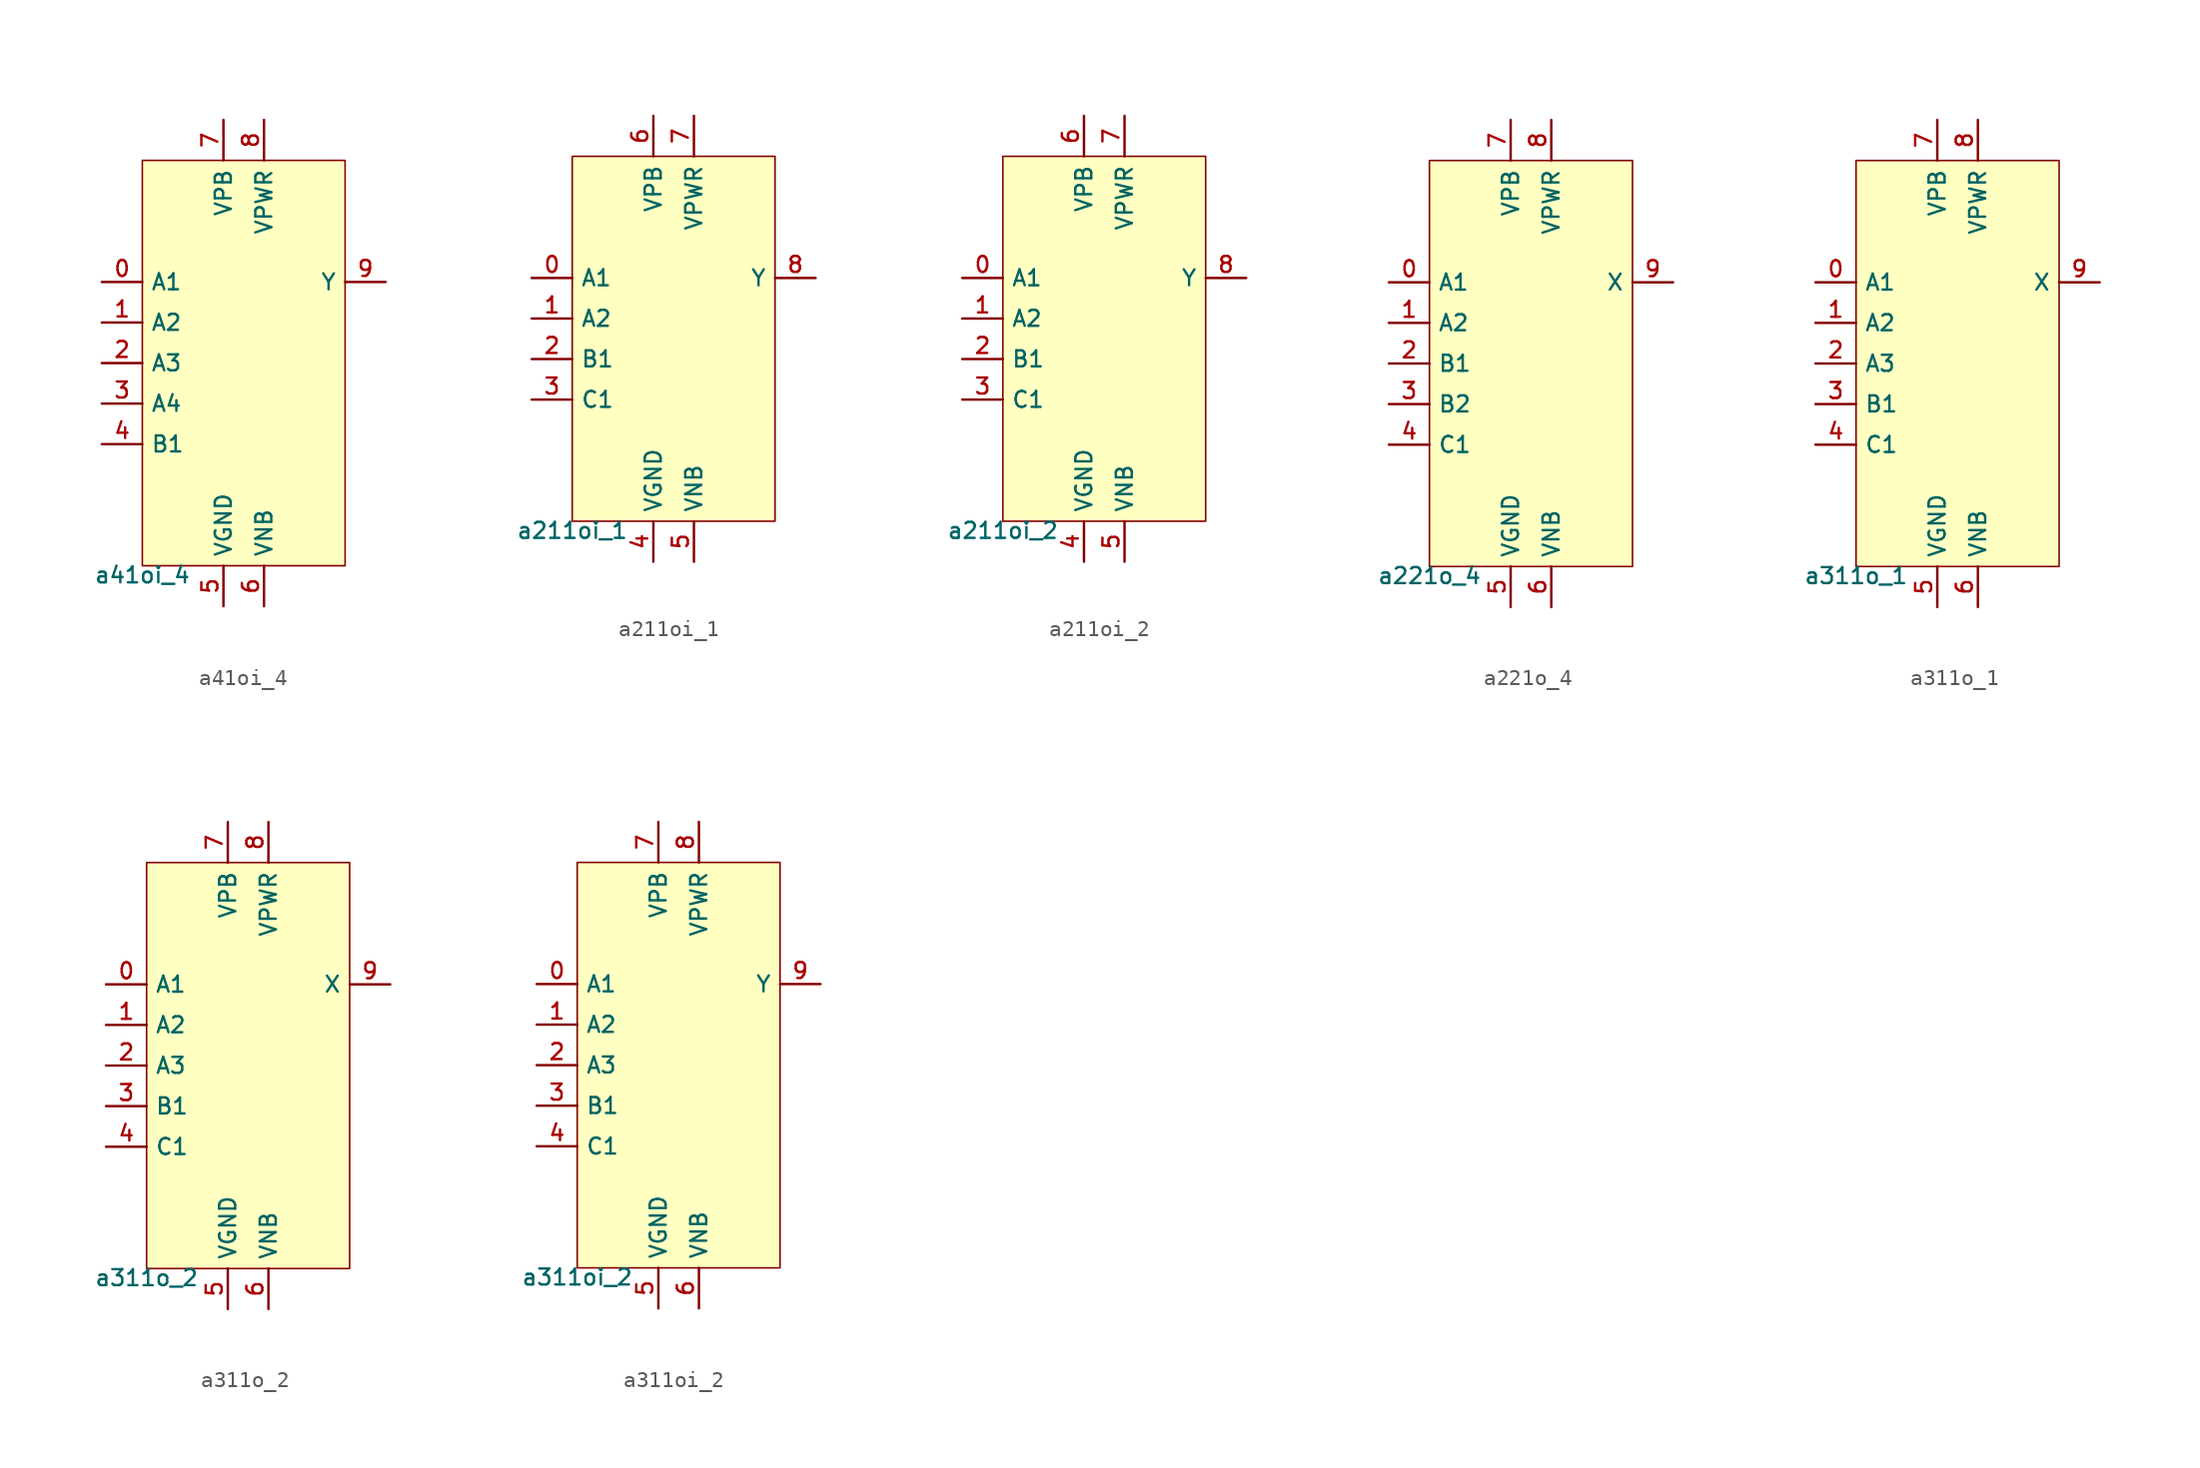
<source format=kicad_sym>
(kicad_symbol_lib
  (version 20211014)
  (generator lef2kicad_sym)
  (symbol "a41oi_4"
    (property "Reference" "CELL"
      (at 0 0 0)
      (effects (font (size 1 1)) hide))
    (property "Value" "a41oi_4"
      (at -6.35 -12.7 0)
      (effects (font (size 1 1)) (justify top)))
    (rectangle
      (start -6.35 -12.7)
      (end 6.35 12.7)
      (stroke (width 0.1) (type solid) (color 0 0 0 0))
      (fill (type background)))
    (pin input line
      (at -8.89 5.08 0)
      (length 2.54)
      (name "A1" (effects (font (size 1 1)) hide))
      (number "0" (effects (font (size 1 1)) hide)))
    (pin input line
      (at -8.89 2.54 0)
      (length 2.54)
      (name "A2" (effects (font (size 1 1)) hide))
      (number "1" (effects (font (size 1 1)) hide)))
    (pin input line
      (at -8.89 -8.881784197001252e-16 0)
      (length 2.54)
      (name "A3" (effects (font (size 1 1)) hide))
      (number "2" (effects (font (size 1 1)) hide)))
    (pin input line
      (at -8.89 -2.54 0)
      (length 2.54)
      (name "A4" (effects (font (size 1 1)) hide))
      (number "3" (effects (font (size 1 1)) hide)))
    (pin input line
      (at -8.89 -5.08 0)
      (length 2.54)
      (name "B1" (effects (font (size 1 1)) hide))
      (number "4" (effects (font (size 1 1)) hide)))
    (pin power_in line
      (at -1.27 -15.24 90)
      (length 2.54)
      (name "VGND" (effects (font (size 1 1)) hide))
      (number "5" (effects (font (size 1 1)) hide)))
    (pin power_in line
      (at 1.27 -15.24 90)
      (length 2.54)
      (name "VNB" (effects (font (size 1 1)) hide))
      (number "6" (effects (font (size 1 1)) hide)))
    (pin power_in line
      (at -1.27 15.24 270)
      (length 2.54)
      (name "VPB" (effects (font (size 1 1)) hide))
      (number "7" (effects (font (size 1 1)) hide)))
    (pin power_in line
      (at 1.27 15.24 270)
      (length 2.54)
      (name "VPWR" (effects (font (size 1 1)) hide))
      (number "8" (effects (font (size 1 1)) hide)))
    (pin output line
      (at 8.89 5.08 180)
      (length 2.54)
      (name "Y" (effects (font (size 1 1)) hide))
      (number "9" (effects (font (size 1 1)) hide))))
  (symbol "a211oi_1"
    (property "Reference" "CELL"
      (at 0 0 0)
      (effects (font (size 1 1)) hide))
    (property "Value" "a211oi_1"
      (at -6.35 -11.43 0)
      (effects (font (size 1 1)) (justify top)))
    (rectangle
      (start -6.35 -11.43)
      (end 6.35 11.43)
      (stroke (width 0.1) (type solid) (color 0 0 0 0))
      (fill (type background)))
    (pin input line
      (at -8.89 3.81 0)
      (length 2.54)
      (name "A1" (effects (font (size 1 1)) hide))
      (number "0" (effects (font (size 1 1)) hide)))
    (pin input line
      (at -8.89 1.27 0)
      (length 2.54)
      (name "A2" (effects (font (size 1 1)) hide))
      (number "1" (effects (font (size 1 1)) hide)))
    (pin input line
      (at -8.89 -1.27 0)
      (length 2.54)
      (name "B1" (effects (font (size 1 1)) hide))
      (number "2" (effects (font (size 1 1)) hide)))
    (pin input line
      (at -8.89 -3.81 0)
      (length 2.54)
      (name "C1" (effects (font (size 1 1)) hide))
      (number "3" (effects (font (size 1 1)) hide)))
    (pin power_in line
      (at -1.27 -13.97 90)
      (length 2.54)
      (name "VGND" (effects (font (size 1 1)) hide))
      (number "4" (effects (font (size 1 1)) hide)))
    (pin power_in line
      (at 1.27 -13.97 90)
      (length 2.54)
      (name "VNB" (effects (font (size 1 1)) hide))
      (number "5" (effects (font (size 1 1)) hide)))
    (pin power_in line
      (at -1.27 13.97 270)
      (length 2.54)
      (name "VPB" (effects (font (size 1 1)) hide))
      (number "6" (effects (font (size 1 1)) hide)))
    (pin power_in line
      (at 1.27 13.97 270)
      (length 2.54)
      (name "VPWR" (effects (font (size 1 1)) hide))
      (number "7" (effects (font (size 1 1)) hide)))
    (pin output line
      (at 8.89 3.81 180)
      (length 2.54)
      (name "Y" (effects (font (size 1 1)) hide))
      (number "8" (effects (font (size 1 1)) hide))))
  (symbol "a211oi_2"
    (property "Reference" "CELL"
      (at 0 0 0)
      (effects (font (size 1 1)) hide))
    (property "Value" "a211oi_2"
      (at -6.35 -11.43 0)
      (effects (font (size 1 1)) (justify top)))
    (rectangle
      (start -6.35 -11.43)
      (end 6.35 11.43)
      (stroke (width 0.1) (type solid) (color 0 0 0 0))
      (fill (type background)))
    (pin input line
      (at -8.89 3.81 0)
      (length 2.54)
      (name "A1" (effects (font (size 1 1)) hide))
      (number "0" (effects (font (size 1 1)) hide)))
    (pin input line
      (at -8.89 1.27 0)
      (length 2.54)
      (name "A2" (effects (font (size 1 1)) hide))
      (number "1" (effects (font (size 1 1)) hide)))
    (pin input line
      (at -8.89 -1.27 0)
      (length 2.54)
      (name "B1" (effects (font (size 1 1)) hide))
      (number "2" (effects (font (size 1 1)) hide)))
    (pin input line
      (at -8.89 -3.81 0)
      (length 2.54)
      (name "C1" (effects (font (size 1 1)) hide))
      (number "3" (effects (font (size 1 1)) hide)))
    (pin power_in line
      (at -1.27 -13.97 90)
      (length 2.54)
      (name "VGND" (effects (font (size 1 1)) hide))
      (number "4" (effects (font (size 1 1)) hide)))
    (pin power_in line
      (at 1.27 -13.97 90)
      (length 2.54)
      (name "VNB" (effects (font (size 1 1)) hide))
      (number "5" (effects (font (size 1 1)) hide)))
    (pin power_in line
      (at -1.27 13.97 270)
      (length 2.54)
      (name "VPB" (effects (font (size 1 1)) hide))
      (number "6" (effects (font (size 1 1)) hide)))
    (pin power_in line
      (at 1.27 13.97 270)
      (length 2.54)
      (name "VPWR" (effects (font (size 1 1)) hide))
      (number "7" (effects (font (size 1 1)) hide)))
    (pin output line
      (at 8.89 3.81 180)
      (length 2.54)
      (name "Y" (effects (font (size 1 1)) hide))
      (number "8" (effects (font (size 1 1)) hide))))
  (symbol "a221o_4"
    (property "Reference" "CELL"
      (at 0 0 0)
      (effects (font (size 1 1)) hide))
    (property "Value" "a221o_4"
      (at -6.35 -12.7 0)
      (effects (font (size 1 1)) (justify top)))
    (rectangle
      (start -6.35 -12.7)
      (end 6.35 12.7)
      (stroke (width 0.1) (type solid) (color 0 0 0 0))
      (fill (type background)))
    (pin input line
      (at -8.89 5.08 0)
      (length 2.54)
      (name "A1" (effects (font (size 1 1)) hide))
      (number "0" (effects (font (size 1 1)) hide)))
    (pin input line
      (at -8.89 2.54 0)
      (length 2.54)
      (name "A2" (effects (font (size 1 1)) hide))
      (number "1" (effects (font (size 1 1)) hide)))
    (pin input line
      (at -8.89 -8.881784197001252e-16 0)
      (length 2.54)
      (name "B1" (effects (font (size 1 1)) hide))
      (number "2" (effects (font (size 1 1)) hide)))
    (pin input line
      (at -8.89 -2.54 0)
      (length 2.54)
      (name "B2" (effects (font (size 1 1)) hide))
      (number "3" (effects (font (size 1 1)) hide)))
    (pin input line
      (at -8.89 -5.08 0)
      (length 2.54)
      (name "C1" (effects (font (size 1 1)) hide))
      (number "4" (effects (font (size 1 1)) hide)))
    (pin power_in line
      (at -1.27 -15.24 90)
      (length 2.54)
      (name "VGND" (effects (font (size 1 1)) hide))
      (number "5" (effects (font (size 1 1)) hide)))
    (pin power_in line
      (at 1.27 -15.24 90)
      (length 2.54)
      (name "VNB" (effects (font (size 1 1)) hide))
      (number "6" (effects (font (size 1 1)) hide)))
    (pin power_in line
      (at -1.27 15.24 270)
      (length 2.54)
      (name "VPB" (effects (font (size 1 1)) hide))
      (number "7" (effects (font (size 1 1)) hide)))
    (pin power_in line
      (at 1.27 15.24 270)
      (length 2.54)
      (name "VPWR" (effects (font (size 1 1)) hide))
      (number "8" (effects (font (size 1 1)) hide)))
    (pin output line
      (at 8.89 5.08 180)
      (length 2.54)
      (name "X" (effects (font (size 1 1)) hide))
      (number "9" (effects (font (size 1 1)) hide))))
  (symbol "a311o_1"
    (property "Reference" "CELL"
      (at 0 0 0)
      (effects (font (size 1 1)) hide))
    (property "Value" "a311o_1"
      (at -6.35 -12.7 0)
      (effects (font (size 1 1)) (justify top)))
    (rectangle
      (start -6.35 -12.7)
      (end 6.35 12.7)
      (stroke (width 0.1) (type solid) (color 0 0 0 0))
      (fill (type background)))
    (pin input line
      (at -8.89 5.08 0)
      (length 2.54)
      (name "A1" (effects (font (size 1 1)) hide))
      (number "0" (effects (font (size 1 1)) hide)))
    (pin input line
      (at -8.89 2.54 0)
      (length 2.54)
      (name "A2" (effects (font (size 1 1)) hide))
      (number "1" (effects (font (size 1 1)) hide)))
    (pin input line
      (at -8.89 -8.881784197001252e-16 0)
      (length 2.54)
      (name "A3" (effects (font (size 1 1)) hide))
      (number "2" (effects (font (size 1 1)) hide)))
    (pin input line
      (at -8.89 -2.54 0)
      (length 2.54)
      (name "B1" (effects (font (size 1 1)) hide))
      (number "3" (effects (font (size 1 1)) hide)))
    (pin input line
      (at -8.89 -5.08 0)
      (length 2.54)
      (name "C1" (effects (font (size 1 1)) hide))
      (number "4" (effects (font (size 1 1)) hide)))
    (pin power_in line
      (at -1.27 -15.24 90)
      (length 2.54)
      (name "VGND" (effects (font (size 1 1)) hide))
      (number "5" (effects (font (size 1 1)) hide)))
    (pin power_in line
      (at 1.27 -15.24 90)
      (length 2.54)
      (name "VNB" (effects (font (size 1 1)) hide))
      (number "6" (effects (font (size 1 1)) hide)))
    (pin power_in line
      (at -1.27 15.24 270)
      (length 2.54)
      (name "VPB" (effects (font (size 1 1)) hide))
      (number "7" (effects (font (size 1 1)) hide)))
    (pin power_in line
      (at 1.27 15.24 270)
      (length 2.54)
      (name "VPWR" (effects (font (size 1 1)) hide))
      (number "8" (effects (font (size 1 1)) hide)))
    (pin output line
      (at 8.89 5.08 180)
      (length 2.54)
      (name "X" (effects (font (size 1 1)) hide))
      (number "9" (effects (font (size 1 1)) hide))))
  (symbol "a311o_2"
    (property "Reference" "CELL"
      (at 0 0 0)
      (effects (font (size 1 1)) hide))
    (property "Value" "a311o_2"
      (at -6.35 -12.7 0)
      (effects (font (size 1 1)) (justify top)))
    (rectangle
      (start -6.35 -12.7)
      (end 6.35 12.7)
      (stroke (width 0.1) (type solid) (color 0 0 0 0))
      (fill (type background)))
    (pin input line
      (at -8.89 5.08 0)
      (length 2.54)
      (name "A1" (effects (font (size 1 1)) hide))
      (number "0" (effects (font (size 1 1)) hide)))
    (pin input line
      (at -8.89 2.54 0)
      (length 2.54)
      (name "A2" (effects (font (size 1 1)) hide))
      (number "1" (effects (font (size 1 1)) hide)))
    (pin input line
      (at -8.89 -8.881784197001252e-16 0)
      (length 2.54)
      (name "A3" (effects (font (size 1 1)) hide))
      (number "2" (effects (font (size 1 1)) hide)))
    (pin input line
      (at -8.89 -2.54 0)
      (length 2.54)
      (name "B1" (effects (font (size 1 1)) hide))
      (number "3" (effects (font (size 1 1)) hide)))
    (pin input line
      (at -8.89 -5.08 0)
      (length 2.54)
      (name "C1" (effects (font (size 1 1)) hide))
      (number "4" (effects (font (size 1 1)) hide)))
    (pin power_in line
      (at -1.27 -15.24 90)
      (length 2.54)
      (name "VGND" (effects (font (size 1 1)) hide))
      (number "5" (effects (font (size 1 1)) hide)))
    (pin power_in line
      (at 1.27 -15.24 90)
      (length 2.54)
      (name "VNB" (effects (font (size 1 1)) hide))
      (number "6" (effects (font (size 1 1)) hide)))
    (pin power_in line
      (at -1.27 15.24 270)
      (length 2.54)
      (name "VPB" (effects (font (size 1 1)) hide))
      (number "7" (effects (font (size 1 1)) hide)))
    (pin power_in line
      (at 1.27 15.24 270)
      (length 2.54)
      (name "VPWR" (effects (font (size 1 1)) hide))
      (number "8" (effects (font (size 1 1)) hide)))
    (pin output line
      (at 8.89 5.08 180)
      (length 2.54)
      (name "X" (effects (font (size 1 1)) hide))
      (number "9" (effects (font (size 1 1)) hide))))
  (symbol "a311oi_2"
    (property "Reference" "CELL"
      (at 0 0 0)
      (effects (font (size 1 1)) hide))
    (property "Value" "a311oi_2"
      (at -6.35 -12.7 0)
      (effects (font (size 1 1)) (justify top)))
    (rectangle
      (start -6.35 -12.7)
      (end 6.35 12.7)
      (stroke (width 0.1) (type solid) (color 0 0 0 0))
      (fill (type background)))
    (pin input line
      (at -8.89 5.08 0)
      (length 2.54)
      (name "A1" (effects (font (size 1 1)) hide))
      (number "0" (effects (font (size 1 1)) hide)))
    (pin input line
      (at -8.89 2.54 0)
      (length 2.54)
      (name "A2" (effects (font (size 1 1)) hide))
      (number "1" (effects (font (size 1 1)) hide)))
    (pin input line
      (at -8.89 -8.881784197001252e-16 0)
      (length 2.54)
      (name "A3" (effects (font (size 1 1)) hide))
      (number "2" (effects (font (size 1 1)) hide)))
    (pin input line
      (at -8.89 -2.54 0)
      (length 2.54)
      (name "B1" (effects (font (size 1 1)) hide))
      (number "3" (effects (font (size 1 1)) hide)))
    (pin input line
      (at -8.89 -5.08 0)
      (length 2.54)
      (name "C1" (effects (font (size 1 1)) hide))
      (number "4" (effects (font (size 1 1)) hide)))
    (pin power_in line
      (at -1.27 -15.24 90)
      (length 2.54)
      (name "VGND" (effects (font (size 1 1)) hide))
      (number "5" (effects (font (size 1 1)) hide)))
    (pin power_in line
      (at 1.27 -15.24 90)
      (length 2.54)
      (name "VNB" (effects (font (size 1 1)) hide))
      (number "6" (effects (font (size 1 1)) hide)))
    (pin power_in line
      (at -1.27 15.24 270)
      (length 2.54)
      (name "VPB" (effects (font (size 1 1)) hide))
      (number "7" (effects (font (size 1 1)) hide)))
    (pin power_in line
      (at 1.27 15.24 270)
      (length 2.54)
      (name "VPWR" (effects (font (size 1 1)) hide))
      (number "8" (effects (font (size 1 1)) hide)))
    (pin output line
      (at 8.89 5.08 180)
      (length 2.54)
      (name "Y" (effects (font (size 1 1)) hide))
      (number "9" (effects (font (size 1 1)) hide)))))
</source>
